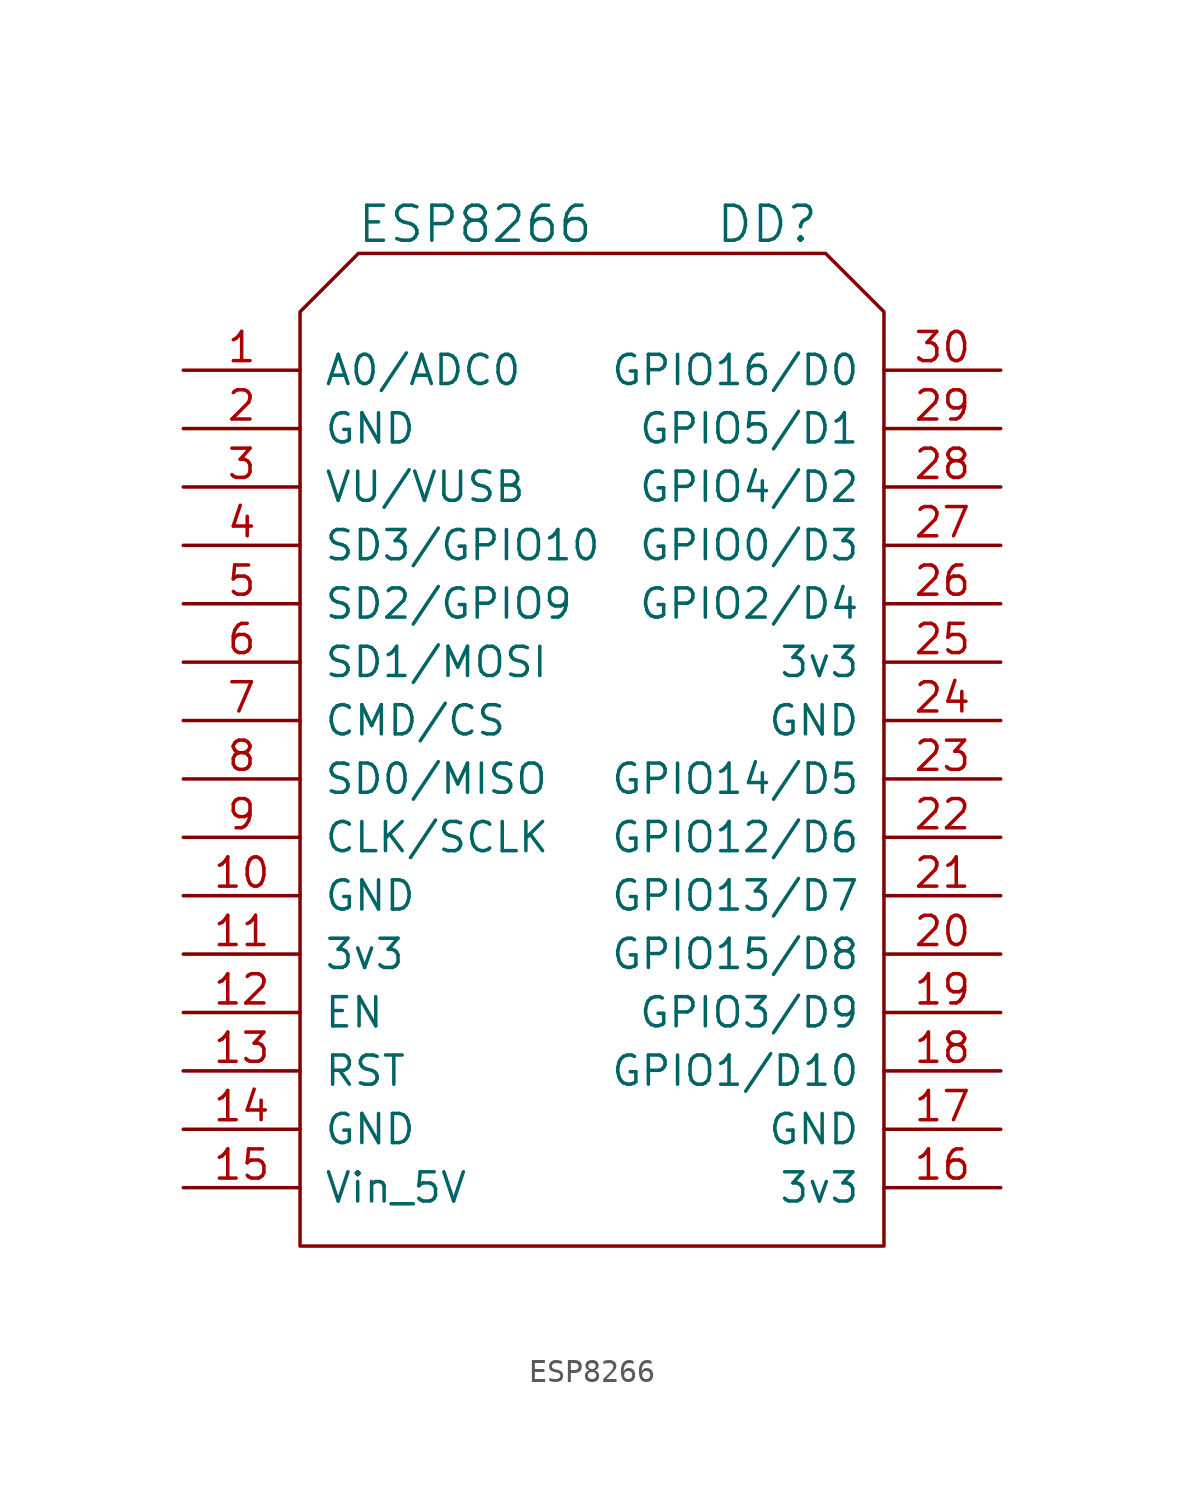
<source format=kicad_sym>
(kicad_symbol_lib
  (version 20231120)
  (generator "kicad_symbol_editor")
  (generator_version "8.0")
  (symbol "ESP8266"
    (pin_names
      (offset 1.016))
    (property "Reference" "DD"
      (at 7.62 21.59 0)
      (effects (font (size 1.524 1.524))))
    (property "Value" "ESP8266"
      (at -5.08 21.59 0)
      (effects (font (size 1.524 1.524))))
    (symbol "ESP8266_0_1"
      (polyline (pts (xy -12.7 17.78) (xy -12.7 -22.86) (xy 12.7 -22.86) (xy 12.7 17.78) (xy 10.16 20.32) (xy -10.16 20.32) (xy -12.7 17.78)) (stroke (width 0) (type default)) (fill (type none))))
    (symbol "ESP8266_1_1"
      (pin passive line (at -17.78 15.24 0) (length 5.08) (name "A0/ADC0" (effects (font (size 1.27 1.27)))) (number "1" (effects (font (size 1.27 1.27)))))
      (pin passive line (at -17.78 -7.62 0) (length 5.08) (name "GND" (effects (font (size 1.27 1.27)))) (number "10" (effects (font (size 1.27 1.27)))))
      (pin passive line (at -17.78 -10.16 0) (length 5.08) (name "3v3" (effects (font (size 1.27 1.27)))) (number "11" (effects (font (size 1.27 1.27)))))
      (pin passive line (at -17.78 -12.7 0) (length 5.08) (name "EN" (effects (font (size 1.27 1.27)))) (number "12" (effects (font (size 1.27 1.27)))))
      (pin passive line (at -17.78 -15.24 0) (length 5.08) (name "RST" (effects (font (size 1.27 1.27)))) (number "13" (effects (font (size 1.27 1.27)))))
      (pin passive line (at -17.78 -17.78 0) (length 5.08) (name "GND" (effects (font (size 1.27 1.27)))) (number "14" (effects (font (size 1.27 1.27)))))
      (pin passive line (at -17.78 -20.32 0) (length 5.08) (name "Vin_5V" (effects (font (size 1.27 1.27)))) (number "15" (effects (font (size 1.27 1.27)))))
      (pin passive line (at 17.78 -20.32 180) (length 5.08) (name "3v3" (effects (font (size 1.27 1.27)))) (number "16" (effects (font (size 1.27 1.27)))))
      (pin passive line (at 17.78 -17.78 180) (length 5.08) (name "GND" (effects (font (size 1.27 1.27)))) (number "17" (effects (font (size 1.27 1.27)))))
      (pin passive line (at 17.78 -15.24 180) (length 5.08) (name "GPIO1/D10" (effects (font (size 1.27 1.27)))) (number "18" (effects (font (size 1.27 1.27)))))
      (pin passive line (at 17.78 -12.7 180) (length 5.08) (name "GPIO3/D9" (effects (font (size 1.27 1.27)))) (number "19" (effects (font (size 1.27 1.27)))))
      (pin passive line (at -17.78 12.7 0) (length 5.08) (name "GND" (effects (font (size 1.27 1.27)))) (number "2" (effects (font (size 1.27 1.27)))))
      (pin passive line (at 17.78 -10.16 180) (length 5.08) (name "GPIO15/D8" (effects (font (size 1.27 1.27)))) (number "20" (effects (font (size 1.27 1.27)))))
      (pin passive line (at 17.78 -7.62 180) (length 5.08) (name "GPIO13/D7" (effects (font (size 1.27 1.27)))) (number "21" (effects (font (size 1.27 1.27)))))
      (pin passive line (at 17.78 -5.08 180) (length 5.08) (name "GPIO12/D6" (effects (font (size 1.27 1.27)))) (number "22" (effects (font (size 1.27 1.27)))))
      (pin passive line (at 17.78 -2.54 180) (length 5.08) (name "GPIO14/D5" (effects (font (size 1.27 1.27)))) (number "23" (effects (font (size 1.27 1.27)))))
      (pin passive line (at 17.78 0 180) (length 5.08) (name "GND" (effects (font (size 1.27 1.27)))) (number "24" (effects (font (size 1.27 1.27)))))
      (pin passive line (at 17.78 2.54 180) (length 5.08) (name "3v3" (effects (font (size 1.27 1.27)))) (number "25" (effects (font (size 1.27 1.27)))))
      (pin passive line (at 17.78 5.08 180) (length 5.08) (name "GPIO2/D4" (effects (font (size 1.27 1.27)))) (number "26" (effects (font (size 1.27 1.27)))))
      (pin passive line (at 17.78 7.62 180) (length 5.08) (name "GPIO0/D3" (effects (font (size 1.27 1.27)))) (number "27" (effects (font (size 1.27 1.27)))))
      (pin passive line (at 17.78 10.16 180) (length 5.08) (name "GPIO4/D2" (effects (font (size 1.27 1.27)))) (number "28" (effects (font (size 1.27 1.27)))))
      (pin passive line (at 17.78 12.7 180) (length 5.08) (name "GPIO5/D1" (effects (font (size 1.27 1.27)))) (number "29" (effects (font (size 1.27 1.27)))))
      (pin passive line (at -17.78 10.16 0) (length 5.08) (name "VU/VUSB" (effects (font (size 1.27 1.27)))) (number "3" (effects (font (size 1.27 1.27)))))
      (pin passive line (at 17.78 15.24 180) (length 5.08) (name "GPIO16/D0" (effects (font (size 1.27 1.27)))) (number "30" (effects (font (size 1.27 1.27)))))
      (pin passive line (at -17.78 7.62 0) (length 5.08) (name "SD3/GPIO10" (effects (font (size 1.27 1.27)))) (number "4" (effects (font (size 1.27 1.27)))))
      (pin passive line (at -17.78 5.08 0) (length 5.08) (name "SD2/GPIO9" (effects (font (size 1.27 1.27)))) (number "5" (effects (font (size 1.27 1.27)))))
      (pin passive line (at -17.78 2.54 0) (length 5.08) (name "SD1/MOSI" (effects (font (size 1.27 1.27)))) (number "6" (effects (font (size 1.27 1.27)))))
      (pin passive line (at -17.78 0 0) (length 5.08) (name "CMD/CS" (effects (font (size 1.27 1.27)))) (number "7" (effects (font (size 1.27 1.27)))))
      (pin passive line (at -17.78 -2.54 0) (length 5.08) (name "SD0/MISO" (effects (font (size 1.27 1.27)))) (number "8" (effects (font (size 1.27 1.27)))))
      (pin passive line (at -17.78 -5.08 0) (length 5.08) (name "CLK/SCLK" (effects (font (size 1.27 1.27)))) (number "9" (effects (font (size 1.27 1.27))))))))
</source>
